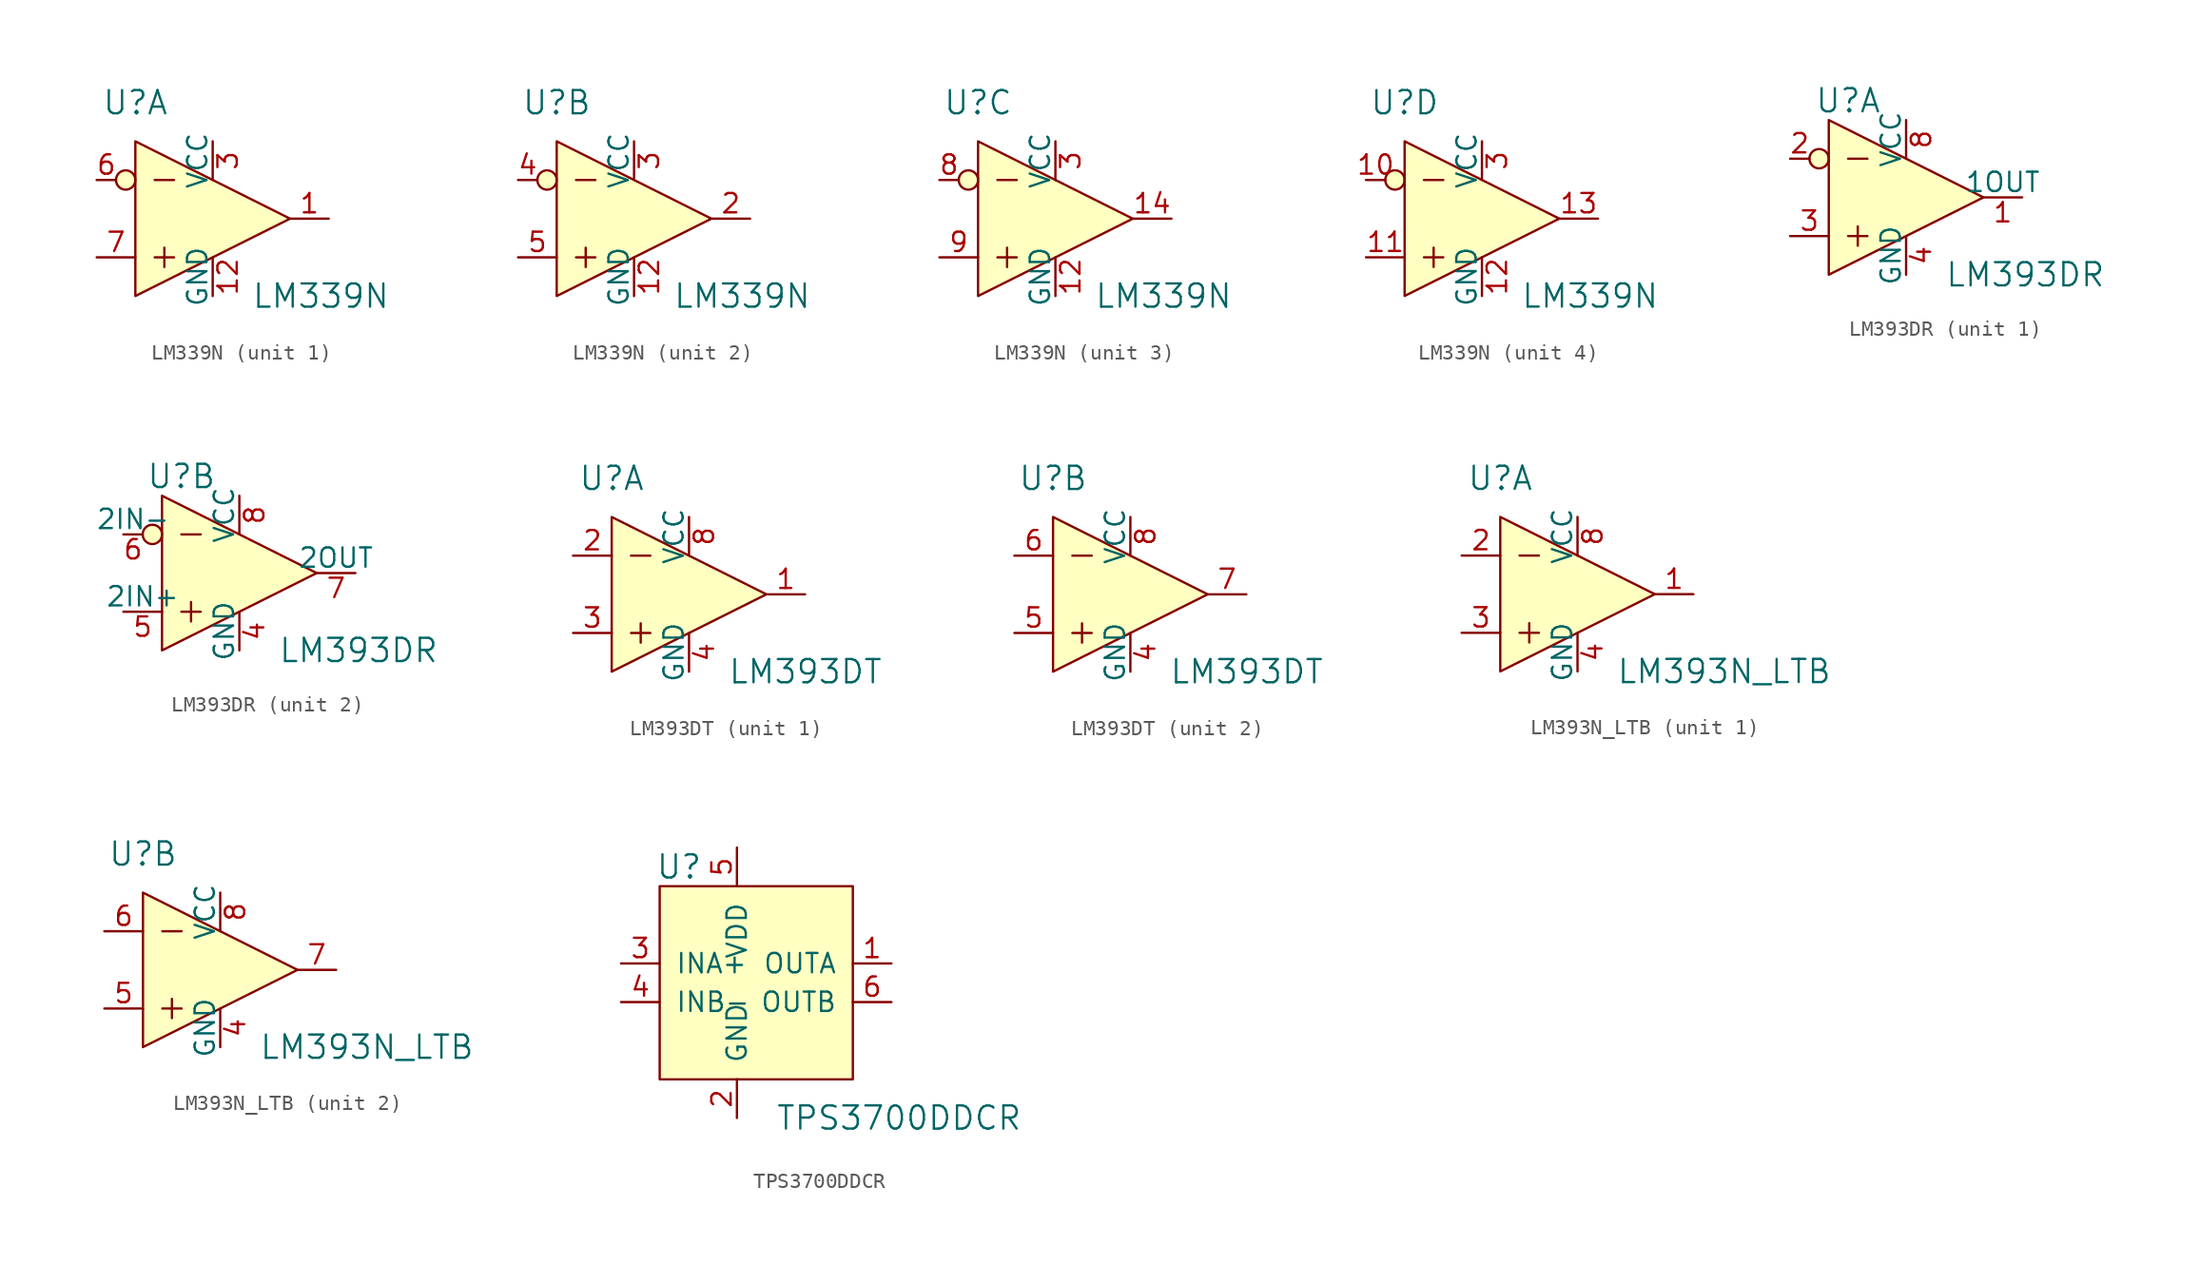
<source format=kicad_sym>
(kicad_symbol_lib
  (version 20201005)
  (generator kicad_symbol_editor)
  (symbol "LM339N"
    (pin_names
      (offset 0))
    (property "Reference" "U"
      (at -5.08 7.62 0)
      (effects (font (size 1.524 1.524))))
    (property "Value" "LM339N"
      (at 2.54 -5.08 0)
      (effects (font (size 1.524 1.524)) (justify left)))
    (property "ki_locked" ""
      (at 0 0 0)
      (effects (font (size 1.27 1.27))))
    (symbol "LM339N_0_1"
      (circle (center -5.715 2.54) (radius 0.635) (stroke (width 0)) (fill (type background)))
      (polyline (pts (xy -3.81 -2.54) (xy -2.54 -2.54)) (stroke (width 0)) (fill (type none)))
      (polyline (pts (xy -3.81 2.54) (xy -2.54 2.54)) (stroke (width 0)) (fill (type none)))
      (polyline (pts (xy -3.175 -1.905) (xy -3.175 -3.175)) (stroke (width 0)) (fill (type none)))
      (polyline (pts (xy -5.08 5.08) (xy -5.08 -5.08) (xy 5.08 0) (xy -5.08 5.08)) (stroke (width 0)) (fill (type background))))
    (symbol "LM339N_1_1"
      (pin output line (at 7.62 0 180) (length 2.54) (name "~" (effects (font (size 1.27 1.27)))) (number "1" (effects (font (size 1.27 1.27)))))
      (pin power_in line (at 0 5.08 270) (length 2.54) (name "VCC" (effects (font (size 1.27 1.27)))) (number "3" (effects (font (size 1.27 1.27)))))
      (pin input line (at -7.62 2.54 0) (length 1.27) (name "~" (effects (font (size 1.27 1.27)))) (number "6" (effects (font (size 1.27 1.27)))))
      (pin input line (at -7.62 -2.54 0) (length 2.54) (name "~" (effects (font (size 1.27 1.27)))) (number "7" (effects (font (size 1.27 1.27)))))
      (pin power_in line (at 0 -5.08 90) (length 2.54) (name "GND" (effects (font (size 1.27 1.27)))) (number "12" (effects (font (size 1.27 1.27))))))
    (symbol "LM339N_2_1"
      (pin output line (at 7.62 0 180) (length 2.54) (name "~" (effects (font (size 1.27 1.27)))) (number "2" (effects (font (size 1.27 1.27)))))
      (pin power_in line (at 0 5.08 270) (length 2.54) (name "VCC" (effects (font (size 1.27 1.27)))) (number "3" (effects (font (size 1.27 1.27)))))
      (pin input line (at -7.62 2.54 0) (length 1.27) (name "~" (effects (font (size 1.27 1.27)))) (number "4" (effects (font (size 1.27 1.27)))))
      (pin input line (at -7.62 -2.54 0) (length 2.54) (name "~" (effects (font (size 1.27 1.27)))) (number "5" (effects (font (size 1.27 1.27)))))
      (pin power_in line (at 0 -5.08 90) (length 2.54) (name "GND" (effects (font (size 1.27 1.27)))) (number "12" (effects (font (size 1.27 1.27))))))
    (symbol "LM339N_3_1"
      (pin power_in line (at 0 5.08 270) (length 2.54) (name "VCC" (effects (font (size 1.27 1.27)))) (number "3" (effects (font (size 1.27 1.27)))))
      (pin input line (at -7.62 2.54 0) (length 1.27) (name "~" (effects (font (size 1.27 1.27)))) (number "8" (effects (font (size 1.27 1.27)))))
      (pin input line (at -7.62 -2.54 0) (length 2.54) (name "~" (effects (font (size 1.27 1.27)))) (number "9" (effects (font (size 1.27 1.27)))))
      (pin power_in line (at 0 -5.08 90) (length 2.54) (name "GND" (effects (font (size 1.27 1.27)))) (number "12" (effects (font (size 1.27 1.27)))))
      (pin output line (at 7.62 0 180) (length 2.54) (name "~" (effects (font (size 1.27 1.27)))) (number "14" (effects (font (size 1.27 1.27))))))
    (symbol "LM339N_4_1"
      (pin power_in line (at 0 5.08 270) (length 2.54) (name "VCC" (effects (font (size 1.27 1.27)))) (number "3" (effects (font (size 1.27 1.27)))))
      (pin input line (at -7.62 2.54 0) (length 1.27) (name "~" (effects (font (size 1.27 1.27)))) (number "10" (effects (font (size 1.27 1.27)))))
      (pin input line (at -7.62 -2.54 0) (length 2.54) (name "~" (effects (font (size 1.27 1.27)))) (number "11" (effects (font (size 1.27 1.27)))))
      (pin power_in line (at 0 -5.08 90) (length 2.54) (name "GND" (effects (font (size 1.27 1.27)))) (number "12" (effects (font (size 1.27 1.27)))))
      (pin output line (at 7.62 0 180) (length 2.54) (name "~" (effects (font (size 1.27 1.27)))) (number "13" (effects (font (size 1.27 1.27)))))))
  (symbol "LM393DR"
    (pin_names
      (offset 0))
    (property "Reference" "U"
      (at -3.81 6.35 0)
      (effects (font (size 1.524 1.524))))
    (property "Value" "LM393DR"
      (at 2.54 -5.08 0)
      (effects (font (size 1.524 1.524)) (justify left)))
    (property "ki_locked" ""
      (at 0 0 0)
      (effects (font (size 1.27 1.27))))
    (symbol "LM393DR_0_1"
      (circle (center -5.715 2.54) (radius 0.635) (stroke (width 0)) (fill (type background)))
      (polyline (pts (xy -3.81 -2.54) (xy -2.54 -2.54)) (stroke (width 0)) (fill (type none)))
      (polyline (pts (xy -3.81 2.54) (xy -2.54 2.54)) (stroke (width 0)) (fill (type none)))
      (polyline (pts (xy -3.175 -1.905) (xy -3.175 -3.175)) (stroke (width 0)) (fill (type none)))
      (polyline (pts (xy -5.08 5.08) (xy -5.08 -5.08) (xy 5.08 0) (xy -5.08 5.08)) (stroke (width 0)) (fill (type background))))
    (symbol "LM393DR_1_1"
      (pin output line (at 7.62 0 180) (length 2.54) (name "1OUT" (effects (font (size 1.27 1.27)))) (number "1" (effects (font (size 1.27 1.27)))))
      (pin input line (at -7.62 2.54 0) (length 1.27) (name "~" (effects (font (size 1.27 1.27)))) (number "2" (effects (font (size 1.27 1.27)))))
      (pin input line (at -7.62 -2.54 0) (length 2.54) (name "~" (effects (font (size 1.27 1.27)))) (number "3" (effects (font (size 1.27 1.27)))))
      (pin power_in line (at 0 -5.08 90) (length 2.54) (name "GND" (effects (font (size 1.27 1.27)))) (number "4" (effects (font (size 1.27 1.27)))))
      (pin power_in line (at 0 5.08 270) (length 2.54) (name "VCC" (effects (font (size 1.27 1.27)))) (number "8" (effects (font (size 1.27 1.27))))))
    (symbol "LM393DR_2_1"
      (pin power_in line (at 0 -5.08 90) (length 2.54) (name "GND" (effects (font (size 1.27 1.27)))) (number "4" (effects (font (size 1.27 1.27)))))
      (pin input line (at -7.62 -2.54 0) (length 2.54) (name "2IN+" (effects (font (size 1.27 1.27)))) (number "5" (effects (font (size 1.27 1.27)))))
      (pin input line (at -7.62 2.54 0) (length 1.27) (name "2IN-" (effects (font (size 1.27 1.27)))) (number "6" (effects (font (size 1.27 1.27)))))
      (pin output line (at 7.62 0 180) (length 2.54) (name "2OUT" (effects (font (size 1.27 1.27)))) (number "7" (effects (font (size 1.27 1.27)))))
      (pin power_in line (at 0 5.08 270) (length 2.54) (name "VCC" (effects (font (size 1.27 1.27)))) (number "8" (effects (font (size 1.27 1.27)))))))
  (symbol "LM393DT"
    (pin_names
      (offset 0))
    (property "Reference" "U"
      (at -5.08 7.62 0)
      (effects (font (size 1.524 1.524))))
    (property "Value" "LM393DT"
      (at 2.54 -5.08 0)
      (effects (font (size 1.524 1.524)) (justify left)))
    (property "ki_locked" ""
      (at 0 0 0)
      (effects (font (size 1.27 1.27))))
    (symbol "LM393DT_0_1"
      (polyline (pts (xy -3.81 -2.54) (xy -2.54 -2.54)) (stroke (width 0)) (fill (type none)))
      (polyline (pts (xy -3.81 2.54) (xy -2.54 2.54)) (stroke (width 0)) (fill (type none)))
      (polyline (pts (xy -3.175 -1.905) (xy -3.175 -3.175)) (stroke (width 0)) (fill (type none)))
      (polyline (pts (xy -5.08 5.08) (xy -5.08 -5.08) (xy 5.08 0) (xy -5.08 5.08)) (stroke (width 0)) (fill (type background))))
    (symbol "LM393DT_1_1"
      (pin output line (at 7.62 0 180) (length 2.54) (name "~" (effects (font (size 1.27 1.27)))) (number "1" (effects (font (size 1.27 1.27)))))
      (pin input line (at -7.62 2.54 0) (length 2.54) (name "~" (effects (font (size 1.27 1.27)))) (number "2" (effects (font (size 1.27 1.27)))))
      (pin input line (at -7.62 -2.54 0) (length 2.54) (name "~" (effects (font (size 1.27 1.27)))) (number "3" (effects (font (size 1.27 1.27)))))
      (pin power_in line (at 0 -5.08 90) (length 2.54) (name "GND" (effects (font (size 1.27 1.27)))) (number "4" (effects (font (size 1.27 1.27)))))
      (pin power_in line (at 0 5.08 270) (length 2.54) (name "VCC" (effects (font (size 1.27 1.27)))) (number "8" (effects (font (size 1.27 1.27))))))
    (symbol "LM393DT_2_1"
      (pin power_in line (at 0 -5.08 90) (length 2.54) (name "GND" (effects (font (size 1.27 1.27)))) (number "4" (effects (font (size 1.27 1.27)))))
      (pin input line (at -7.62 -2.54 0) (length 2.54) (name "~" (effects (font (size 1.27 1.27)))) (number "5" (effects (font (size 1.27 1.27)))))
      (pin input line (at -7.62 2.54 0) (length 2.54) (name "~" (effects (font (size 1.27 1.27)))) (number "6" (effects (font (size 1.27 1.27)))))
      (pin output line (at 7.62 0 180) (length 2.54) (name "~" (effects (font (size 1.27 1.27)))) (number "7" (effects (font (size 1.27 1.27)))))
      (pin power_in line (at 0 5.08 270) (length 2.54) (name "VCC" (effects (font (size 1.27 1.27)))) (number "8" (effects (font (size 1.27 1.27)))))))
  (symbol "LM393N_LTB"
    (pin_names
      (offset 0))
    (property "Reference" "U"
      (at -5.08 7.62 0)
      (effects (font (size 1.524 1.524))))
    (property "Value" "LM393N_LTB"
      (at 2.54 -5.08 0)
      (effects (font (size 1.524 1.524)) (justify left)))
    (property "ki_locked" ""
      (at 0 0 0)
      (effects (font (size 1.27 1.27))))
    (symbol "LM393N_LTB_0_1"
      (polyline (pts (xy -3.81 -2.54) (xy -2.54 -2.54)) (stroke (width 0)) (fill (type none)))
      (polyline (pts (xy -3.81 2.54) (xy -2.54 2.54)) (stroke (width 0)) (fill (type none)))
      (polyline (pts (xy -3.175 -1.905) (xy -3.175 -3.175)) (stroke (width 0)) (fill (type none)))
      (polyline (pts (xy -5.08 5.08) (xy -5.08 -5.08) (xy 5.08 0) (xy -5.08 5.08)) (stroke (width 0)) (fill (type background))))
    (symbol "LM393N_LTB_1_1"
      (pin output line (at 7.62 0 180) (length 2.54) (name "~" (effects (font (size 1.27 1.27)))) (number "1" (effects (font (size 1.27 1.27)))))
      (pin input line (at -7.62 2.54 0) (length 2.54) (name "~" (effects (font (size 1.27 1.27)))) (number "2" (effects (font (size 1.27 1.27)))))
      (pin input line (at -7.62 -2.54 0) (length 2.54) (name "~" (effects (font (size 1.27 1.27)))) (number "3" (effects (font (size 1.27 1.27)))))
      (pin power_in line (at 0 -5.08 90) (length 2.54) (name "GND" (effects (font (size 1.27 1.27)))) (number "4" (effects (font (size 1.27 1.27)))))
      (pin power_in line (at 0 5.08 270) (length 2.54) (name "VCC" (effects (font (size 1.27 1.27)))) (number "8" (effects (font (size 1.27 1.27))))))
    (symbol "LM393N_LTB_2_1"
      (pin power_in line (at 0 -5.08 90) (length 2.54) (name "GND" (effects (font (size 1.27 1.27)))) (number "4" (effects (font (size 1.27 1.27)))))
      (pin input line (at -7.62 -2.54 0) (length 2.54) (name "~" (effects (font (size 1.27 1.27)))) (number "5" (effects (font (size 1.27 1.27)))))
      (pin input line (at -7.62 2.54 0) (length 2.54) (name "~" (effects (font (size 1.27 1.27)))) (number "6" (effects (font (size 1.27 1.27)))))
      (pin output line (at 7.62 0 180) (length 2.54) (name "~" (effects (font (size 1.27 1.27)))) (number "7" (effects (font (size 1.27 1.27)))))
      (pin power_in line (at 0 5.08 270) (length 2.54) (name "VCC" (effects (font (size 1.27 1.27)))) (number "8" (effects (font (size 1.27 1.27)))))))
  (symbol "TPS3700DDCR"
    (pin_names
      (offset 1.016))
    (property "Reference" "U"
      (at -6.35 3.81 0)
      (effects (font (size 1.524 1.524))))
    (property "Value" "TPS3700DDCR"
      (at 0 -12.7 0)
      (effects (font (size 1.524 1.524)) (justify left)))
    (symbol "TPS3700DDCR_0_1"
      (rectangle (start -7.62 2.54) (end 5.08 -10.16) (stroke (width 0)) (fill (type background))))
    (symbol "TPS3700DDCR_1_1"
      (pin output line (at 7.62 -2.54 180) (length 2.54) (name "OUTA" (effects (font (size 1.27 1.27)))) (number "1" (effects (font (size 1.27 1.27)))))
      (pin power_in line (at -2.54 -12.7 90) (length 2.54) (name "GND" (effects (font (size 1.27 1.27)))) (number "2" (effects (font (size 1.27 1.27)))))
      (pin input line (at -10.16 -2.54 0) (length 2.54) (name "INA+" (effects (font (size 1.27 1.27)))) (number "3" (effects (font (size 1.27 1.27)))))
      (pin input line (at -10.16 -5.08 0) (length 2.54) (name "INB-" (effects (font (size 1.27 1.27)))) (number "4" (effects (font (size 1.27 1.27)))))
      (pin power_in line (at -2.54 5.08 270) (length 2.54) (name "VDD" (effects (font (size 1.27 1.27)))) (number "5" (effects (font (size 1.27 1.27)))))
      (pin output line (at 7.62 -5.08 180) (length 2.54) (name "OUTB" (effects (font (size 1.27 1.27)))) (number "6" (effects (font (size 1.27 1.27))))))))
</source>
